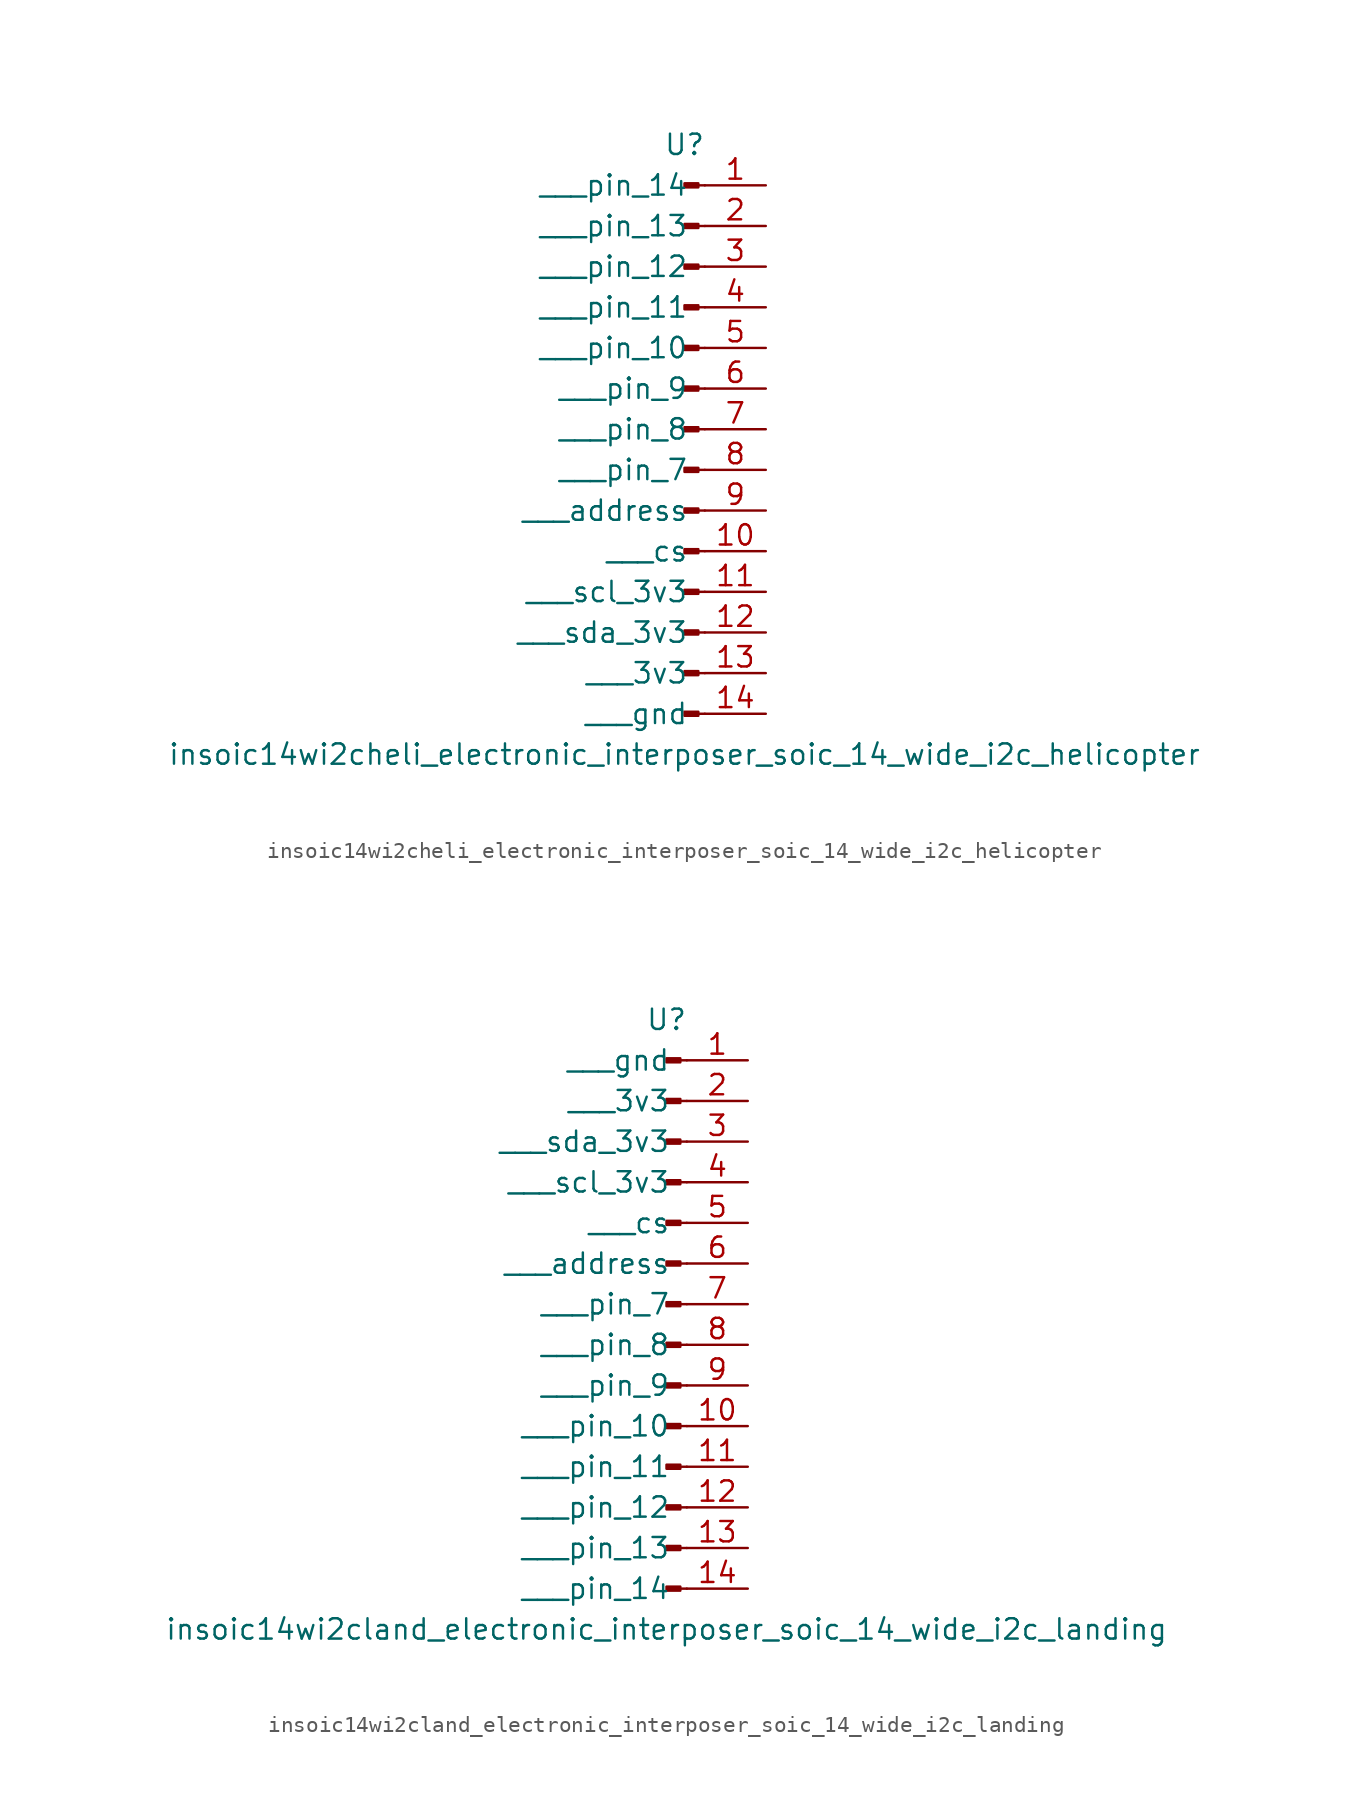
<source format=kicad_sym>
(kicad_symbol_lib
  (version 20220914)
  (generator kicad_symbol_editor)
  (symbol "insoic14wi2cheli_electronic_interposer_soic_14_wide_i2c_helicopter"
    (pin_names
      (offset 1.016))
    (property "Reference" "U"
      (at 0 17.78 0)
      (effects (font (size 1.27 1.27))))
    (property "Value" "insoic14wi2cheli_electronic_interposer_soic_14_wide_i2c_helicopter"
      (at 0 -20.32 0)
      (effects (font (size 1.27 1.27))))
    (property "ki_locked" ""
      (at 0 0 0)
      (effects (font (size 1.27 1.27))))
    (symbol "insoic14wi2cheli_electronic_interposer_soic_14_wide_i2c_helicopter_1_1"
      (polyline (pts (xy 1.27 -17.78) (xy 0.864 -17.78)) (stroke (width 0.152) (type default)) (fill (type none)))
      (polyline (pts (xy 1.27 -15.24) (xy 0.864 -15.24)) (stroke (width 0.152) (type default)) (fill (type none)))
      (polyline (pts (xy 1.27 -12.7) (xy 0.864 -12.7)) (stroke (width 0.152) (type default)) (fill (type none)))
      (polyline (pts (xy 1.27 -10.16) (xy 0.864 -10.16)) (stroke (width 0.152) (type default)) (fill (type none)))
      (polyline (pts (xy 1.27 -7.62) (xy 0.864 -7.62)) (stroke (width 0.152) (type default)) (fill (type none)))
      (polyline (pts (xy 1.27 -5.08) (xy 0.864 -5.08)) (stroke (width 0.152) (type default)) (fill (type none)))
      (polyline (pts (xy 1.27 -2.54) (xy 0.864 -2.54)) (stroke (width 0.152) (type default)) (fill (type none)))
      (polyline (pts (xy 1.27 0) (xy 0.864 0)) (stroke (width 0.152) (type default)) (fill (type none)))
      (polyline (pts (xy 1.27 2.54) (xy 0.864 2.54)) (stroke (width 0.152) (type default)) (fill (type none)))
      (polyline (pts (xy 1.27 5.08) (xy 0.864 5.08)) (stroke (width 0.152) (type default)) (fill (type none)))
      (polyline (pts (xy 1.27 7.62) (xy 0.864 7.62)) (stroke (width 0.152) (type default)) (fill (type none)))
      (polyline (pts (xy 1.27 10.16) (xy 0.864 10.16)) (stroke (width 0.152) (type default)) (fill (type none)))
      (polyline (pts (xy 1.27 12.7) (xy 0.864 12.7)) (stroke (width 0.152) (type default)) (fill (type none)))
      (polyline (pts (xy 1.27 15.24) (xy 0.864 15.24)) (stroke (width 0.152) (type default)) (fill (type none)))
      (rectangle (start 0.864 -17.653) (end 0 -17.907) (stroke (width 0.152) (type default)) (fill (type outline)))
      (rectangle (start 0.864 -15.113) (end 0 -15.367) (stroke (width 0.152) (type default)) (fill (type outline)))
      (rectangle (start 0.864 -12.573) (end 0 -12.827) (stroke (width 0.152) (type default)) (fill (type outline)))
      (rectangle (start 0.864 -10.033) (end 0 -10.287) (stroke (width 0.152) (type default)) (fill (type outline)))
      (rectangle (start 0.864 -7.493) (end 0 -7.747) (stroke (width 0.152) (type default)) (fill (type outline)))
      (rectangle (start 0.864 -4.953) (end 0 -5.207) (stroke (width 0.152) (type default)) (fill (type outline)))
      (rectangle (start 0.864 -2.413) (end 0 -2.667) (stroke (width 0.152) (type default)) (fill (type outline)))
      (rectangle (start 0.864 0.127) (end 0 -0.127) (stroke (width 0.152) (type default)) (fill (type outline)))
      (rectangle (start 0.864 2.667) (end 0 2.413) (stroke (width 0.152) (type default)) (fill (type outline)))
      (rectangle (start 0.864 5.207) (end 0 4.953) (stroke (width 0.152) (type default)) (fill (type outline)))
      (rectangle (start 0.864 7.747) (end 0 7.493) (stroke (width 0.152) (type default)) (fill (type outline)))
      (rectangle (start 0.864 10.287) (end 0 10.033) (stroke (width 0.152) (type default)) (fill (type outline)))
      (rectangle (start 0.864 12.827) (end 0 12.573) (stroke (width 0.152) (type default)) (fill (type outline)))
      (rectangle (start 0.864 15.367) (end 0 15.113) (stroke (width 0.152) (type default)) (fill (type outline)))
      (pin passive line (at 5.08 15.24 180) (length 3.81) (name "   pin_14" (effects (font (size 1.27 1.27)))) (number "1" (effects (font (size 1.27 1.27)))))
      (pin passive line (at 5.08 -7.62 180) (length 3.81) (name "   cs" (effects (font (size 1.27 1.27)))) (number "10" (effects (font (size 1.27 1.27)))))
      (pin passive line (at 5.08 -10.16 180) (length 3.81) (name "   scl_3v3" (effects (font (size 1.27 1.27)))) (number "11" (effects (font (size 1.27 1.27)))))
      (pin passive line (at 5.08 -12.7 180) (length 3.81) (name "   sda_3v3" (effects (font (size 1.27 1.27)))) (number "12" (effects (font (size 1.27 1.27)))))
      (pin passive line (at 5.08 -15.24 180) (length 3.81) (name "   3v3" (effects (font (size 1.27 1.27)))) (number "13" (effects (font (size 1.27 1.27)))))
      (pin passive line (at 5.08 -17.78 180) (length 3.81) (name "   gnd" (effects (font (size 1.27 1.27)))) (number "14" (effects (font (size 1.27 1.27)))))
      (pin passive line (at 5.08 12.7 180) (length 3.81) (name "   pin_13" (effects (font (size 1.27 1.27)))) (number "2" (effects (font (size 1.27 1.27)))))
      (pin passive line (at 5.08 10.16 180) (length 3.81) (name "   pin_12" (effects (font (size 1.27 1.27)))) (number "3" (effects (font (size 1.27 1.27)))))
      (pin passive line (at 5.08 7.62 180) (length 3.81) (name "   pin_11" (effects (font (size 1.27 1.27)))) (number "4" (effects (font (size 1.27 1.27)))))
      (pin passive line (at 5.08 5.08 180) (length 3.81) (name "   pin_10" (effects (font (size 1.27 1.27)))) (number "5" (effects (font (size 1.27 1.27)))))
      (pin passive line (at 5.08 2.54 180) (length 3.81) (name "   pin_9" (effects (font (size 1.27 1.27)))) (number "6" (effects (font (size 1.27 1.27)))))
      (pin passive line (at 5.08 0 180) (length 3.81) (name "   pin_8" (effects (font (size 1.27 1.27)))) (number "7" (effects (font (size 1.27 1.27)))))
      (pin passive line (at 5.08 -2.54 180) (length 3.81) (name "   pin_7" (effects (font (size 1.27 1.27)))) (number "8" (effects (font (size 1.27 1.27)))))
      (pin passive line (at 5.08 -5.08 180) (length 3.81) (name "   address" (effects (font (size 1.27 1.27)))) (number "9" (effects (font (size 1.27 1.27)))))))
  (symbol "insoic14wi2cland_electronic_interposer_soic_14_wide_i2c_landing"
    (pin_names
      (offset 1.016))
    (property "Reference" "U"
      (at 0 17.78 0)
      (effects (font (size 1.27 1.27))))
    (property "Value" "insoic14wi2cland_electronic_interposer_soic_14_wide_i2c_landing"
      (at 0 -20.32 0)
      (effects (font (size 1.27 1.27))))
    (property "ki_locked" ""
      (at 0 0 0)
      (effects (font (size 1.27 1.27))))
    (symbol "insoic14wi2cland_electronic_interposer_soic_14_wide_i2c_landing_1_1"
      (polyline (pts (xy 1.27 -17.78) (xy 0.864 -17.78)) (stroke (width 0.152) (type default)) (fill (type none)))
      (polyline (pts (xy 1.27 -15.24) (xy 0.864 -15.24)) (stroke (width 0.152) (type default)) (fill (type none)))
      (polyline (pts (xy 1.27 -12.7) (xy 0.864 -12.7)) (stroke (width 0.152) (type default)) (fill (type none)))
      (polyline (pts (xy 1.27 -10.16) (xy 0.864 -10.16)) (stroke (width 0.152) (type default)) (fill (type none)))
      (polyline (pts (xy 1.27 -7.62) (xy 0.864 -7.62)) (stroke (width 0.152) (type default)) (fill (type none)))
      (polyline (pts (xy 1.27 -5.08) (xy 0.864 -5.08)) (stroke (width 0.152) (type default)) (fill (type none)))
      (polyline (pts (xy 1.27 -2.54) (xy 0.864 -2.54)) (stroke (width 0.152) (type default)) (fill (type none)))
      (polyline (pts (xy 1.27 0) (xy 0.864 0)) (stroke (width 0.152) (type default)) (fill (type none)))
      (polyline (pts (xy 1.27 2.54) (xy 0.864 2.54)) (stroke (width 0.152) (type default)) (fill (type none)))
      (polyline (pts (xy 1.27 5.08) (xy 0.864 5.08)) (stroke (width 0.152) (type default)) (fill (type none)))
      (polyline (pts (xy 1.27 7.62) (xy 0.864 7.62)) (stroke (width 0.152) (type default)) (fill (type none)))
      (polyline (pts (xy 1.27 10.16) (xy 0.864 10.16)) (stroke (width 0.152) (type default)) (fill (type none)))
      (polyline (pts (xy 1.27 12.7) (xy 0.864 12.7)) (stroke (width 0.152) (type default)) (fill (type none)))
      (polyline (pts (xy 1.27 15.24) (xy 0.864 15.24)) (stroke (width 0.152) (type default)) (fill (type none)))
      (rectangle (start 0.864 -17.653) (end 0 -17.907) (stroke (width 0.152) (type default)) (fill (type outline)))
      (rectangle (start 0.864 -15.113) (end 0 -15.367) (stroke (width 0.152) (type default)) (fill (type outline)))
      (rectangle (start 0.864 -12.573) (end 0 -12.827) (stroke (width 0.152) (type default)) (fill (type outline)))
      (rectangle (start 0.864 -10.033) (end 0 -10.287) (stroke (width 0.152) (type default)) (fill (type outline)))
      (rectangle (start 0.864 -7.493) (end 0 -7.747) (stroke (width 0.152) (type default)) (fill (type outline)))
      (rectangle (start 0.864 -4.953) (end 0 -5.207) (stroke (width 0.152) (type default)) (fill (type outline)))
      (rectangle (start 0.864 -2.413) (end 0 -2.667) (stroke (width 0.152) (type default)) (fill (type outline)))
      (rectangle (start 0.864 0.127) (end 0 -0.127) (stroke (width 0.152) (type default)) (fill (type outline)))
      (rectangle (start 0.864 2.667) (end 0 2.413) (stroke (width 0.152) (type default)) (fill (type outline)))
      (rectangle (start 0.864 5.207) (end 0 4.953) (stroke (width 0.152) (type default)) (fill (type outline)))
      (rectangle (start 0.864 7.747) (end 0 7.493) (stroke (width 0.152) (type default)) (fill (type outline)))
      (rectangle (start 0.864 10.287) (end 0 10.033) (stroke (width 0.152) (type default)) (fill (type outline)))
      (rectangle (start 0.864 12.827) (end 0 12.573) (stroke (width 0.152) (type default)) (fill (type outline)))
      (rectangle (start 0.864 15.367) (end 0 15.113) (stroke (width 0.152) (type default)) (fill (type outline)))
      (pin passive line (at 5.08 15.24 180) (length 3.81) (name "   gnd" (effects (font (size 1.27 1.27)))) (number "1" (effects (font (size 1.27 1.27)))))
      (pin passive line (at 5.08 -7.62 180) (length 3.81) (name "   pin_10" (effects (font (size 1.27 1.27)))) (number "10" (effects (font (size 1.27 1.27)))))
      (pin passive line (at 5.08 -10.16 180) (length 3.81) (name "   pin_11" (effects (font (size 1.27 1.27)))) (number "11" (effects (font (size 1.27 1.27)))))
      (pin passive line (at 5.08 -12.7 180) (length 3.81) (name "   pin_12" (effects (font (size 1.27 1.27)))) (number "12" (effects (font (size 1.27 1.27)))))
      (pin passive line (at 5.08 -15.24 180) (length 3.81) (name "   pin_13" (effects (font (size 1.27 1.27)))) (number "13" (effects (font (size 1.27 1.27)))))
      (pin passive line (at 5.08 -17.78 180) (length 3.81) (name "   pin_14" (effects (font (size 1.27 1.27)))) (number "14" (effects (font (size 1.27 1.27)))))
      (pin passive line (at 5.08 12.7 180) (length 3.81) (name "   3v3" (effects (font (size 1.27 1.27)))) (number "2" (effects (font (size 1.27 1.27)))))
      (pin passive line (at 5.08 10.16 180) (length 3.81) (name "   sda_3v3" (effects (font (size 1.27 1.27)))) (number "3" (effects (font (size 1.27 1.27)))))
      (pin passive line (at 5.08 7.62 180) (length 3.81) (name "   scl_3v3" (effects (font (size 1.27 1.27)))) (number "4" (effects (font (size 1.27 1.27)))))
      (pin passive line (at 5.08 5.08 180) (length 3.81) (name "   cs" (effects (font (size 1.27 1.27)))) (number "5" (effects (font (size 1.27 1.27)))))
      (pin passive line (at 5.08 2.54 180) (length 3.81) (name "   address" (effects (font (size 1.27 1.27)))) (number "6" (effects (font (size 1.27 1.27)))))
      (pin passive line (at 5.08 0 180) (length 3.81) (name "   pin_7" (effects (font (size 1.27 1.27)))) (number "7" (effects (font (size 1.27 1.27)))))
      (pin passive line (at 5.08 -2.54 180) (length 3.81) (name "   pin_8" (effects (font (size 1.27 1.27)))) (number "8" (effects (font (size 1.27 1.27)))))
      (pin passive line (at 5.08 -5.08 180) (length 3.81) (name "   pin_9" (effects (font (size 1.27 1.27)))) (number "9" (effects (font (size 1.27 1.27))))))))
</source>
